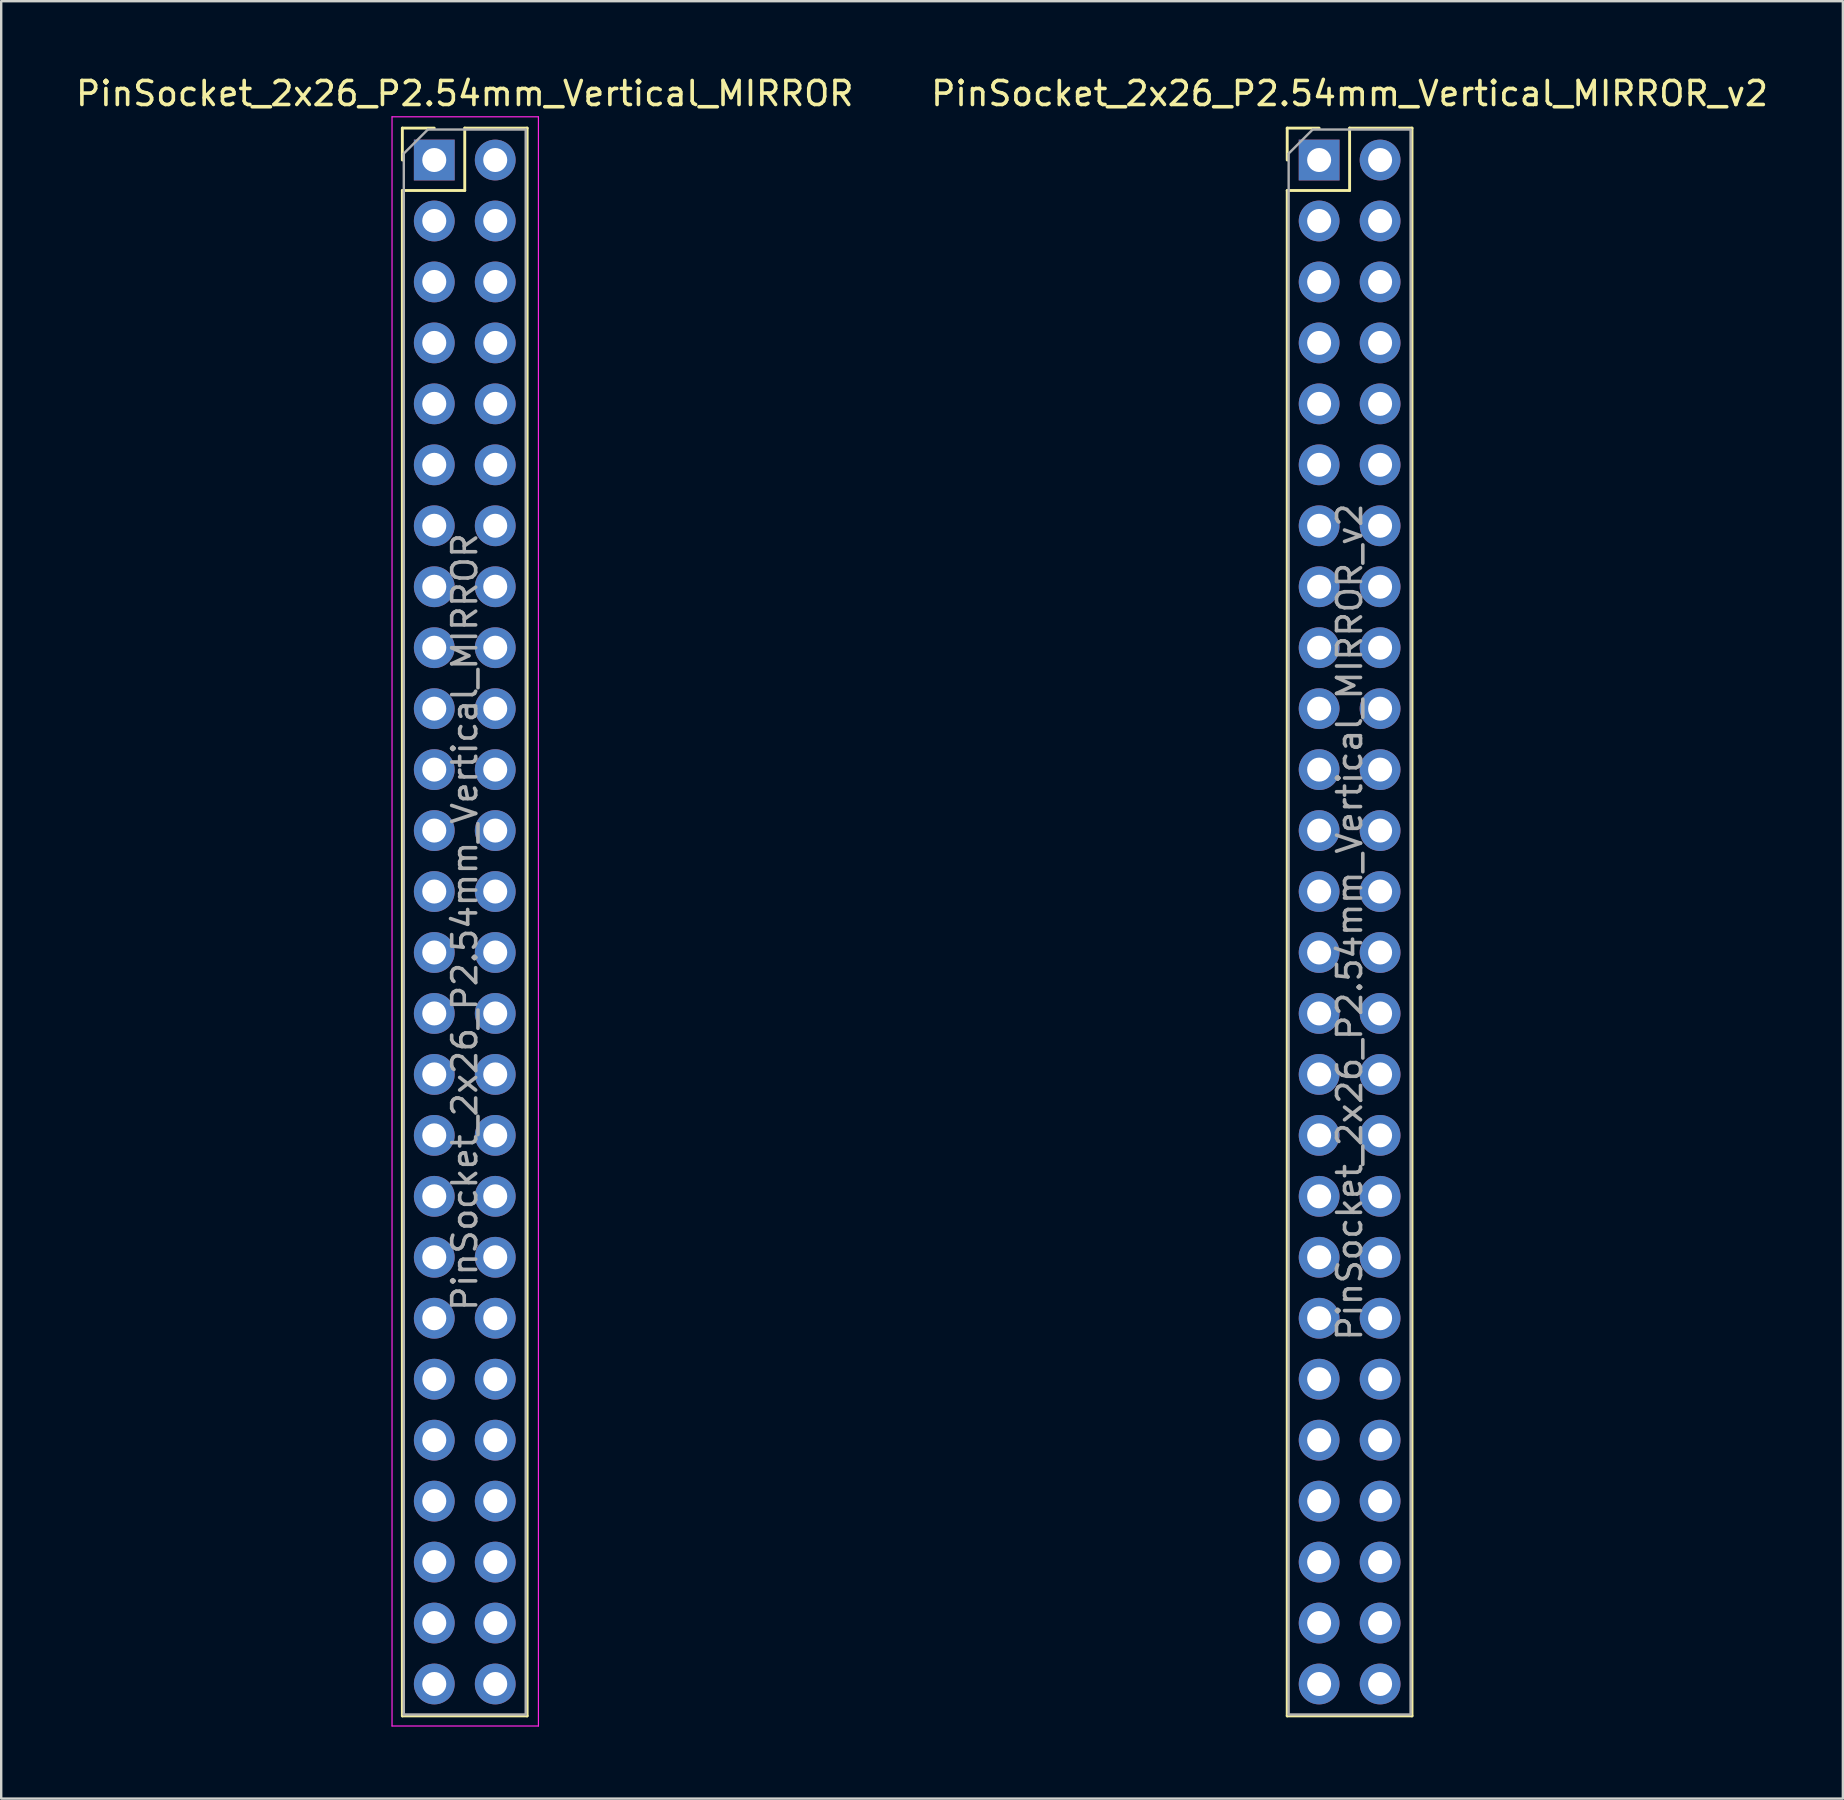
<source format=kicad_pcb>
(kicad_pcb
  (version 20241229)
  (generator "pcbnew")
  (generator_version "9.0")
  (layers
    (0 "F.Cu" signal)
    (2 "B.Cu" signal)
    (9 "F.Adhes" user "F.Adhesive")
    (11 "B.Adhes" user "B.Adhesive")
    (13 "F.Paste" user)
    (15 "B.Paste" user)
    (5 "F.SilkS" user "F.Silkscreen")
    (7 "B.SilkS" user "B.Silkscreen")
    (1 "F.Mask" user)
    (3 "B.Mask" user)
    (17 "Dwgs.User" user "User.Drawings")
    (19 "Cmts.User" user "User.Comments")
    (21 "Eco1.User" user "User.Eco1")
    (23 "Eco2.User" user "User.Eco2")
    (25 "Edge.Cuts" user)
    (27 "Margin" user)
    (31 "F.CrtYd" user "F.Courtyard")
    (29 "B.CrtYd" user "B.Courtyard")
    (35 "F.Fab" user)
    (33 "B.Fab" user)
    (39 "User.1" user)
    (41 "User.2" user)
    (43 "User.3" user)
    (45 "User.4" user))
  (footprint "PinSocket_2x26_P2.54mm_Vertical_MIRROR_v2"
    (layer "F.Cu")
    (at 55.295 3.618)
    (property "Reference" "PinSocket_2x26_P2.54mm_Vertical_MIRROR_v2" (at -2.11 -2.77 0) (layer "F.SilkS") (effects (font (size 1 1) (thickness 0.15))))
    (attr through_hole)
    (fp_line (start -4.71 -1.33) (end -4.71 0) (stroke (width 0.12) (type solid)) (layer "F.SilkS"))
    (fp_line (start -4.71 1.27) (end -4.71 64.83) (stroke (width 0.12) (type solid)) (layer "F.SilkS"))
    (fp_line (start -3.38 -1.33) (end -4.71 -1.33) (stroke (width 0.12) (type solid)) (layer "F.SilkS"))
    (fp_line (start -2.11 -1.33) (end -2.11 1.27) (stroke (width 0.12) (type solid)) (layer "F.SilkS"))
    (fp_line (start -2.11 1.27) (end -4.71 1.27) (stroke (width 0.12) (type solid)) (layer "F.SilkS"))
    (fp_line (start 0.49 -1.33) (end -2.11 -1.33) (stroke (width 0.12) (type solid)) (layer "F.SilkS"))
    (fp_line (start 0.49 -1.33) (end 0.49 64.83) (stroke (width 0.12) (type solid)) (layer "F.SilkS"))
    (fp_line (start 0.49 64.83) (end -4.71 64.83) (stroke (width 0.12) (type solid)) (layer "F.SilkS"))
    (fp_line (start -4.65 -0.27) (end -4.65 64.77) (stroke (width 0.1) (type solid)) (layer "F.Fab"))
    (fp_line (start -4.65 64.77) (end 0.43 64.77) (stroke (width 0.1) (type solid)) (layer "F.Fab"))
    (fp_line (start -3.65 -1.27) (end -4.65 -0.27) (stroke (width 0.1) (type solid)) (layer "F.Fab"))
    (fp_line (start 0.43 -1.27) (end -3.65 -1.27) (stroke (width 0.1) (type solid)) (layer "F.Fab"))
    (fp_line (start 0.43 64.77) (end 0.43 -1.27) (stroke (width 0.1) (type solid)) (layer "F.Fab"))
    (fp_text user "${REFERENCE}" (at -2.11 31.75 90) (layer "F.Fab") (effects (font (size 1 1) (thickness 0.15))))
    (pad "1" thru_hole rect (at -3.38 0) (size 1.7 1.7) (drill 1) (layers "*.Cu" "*.Mask"))
    (pad "2" thru_hole oval (at -0.84 0) (size 1.7 1.7) (drill 1) (layers "*.Cu" "*.Mask"))
    (pad "3" thru_hole oval (at -3.38 2.54) (size 1.7 1.7) (drill 1) (layers "*.Cu" "*.Mask"))
    (pad "4" thru_hole oval (at -0.84 2.54) (size 1.7 1.7) (drill 1) (layers "*.Cu" "*.Mask"))
    (pad "5" thru_hole oval (at -3.38 5.08) (size 1.7 1.7) (drill 1) (layers "*.Cu" "*.Mask"))
    (pad "6" thru_hole oval (at -0.84 5.08) (size 1.7 1.7) (drill 1) (layers "*.Cu" "*.Mask"))
    (pad "7" thru_hole oval (at -3.38 7.62) (size 1.7 1.7) (drill 1) (layers "*.Cu" "*.Mask"))
    (pad "8" thru_hole oval (at -0.84 7.62) (size 1.7 1.7) (drill 1) (layers "*.Cu" "*.Mask"))
    (pad "9" thru_hole oval (at -3.38 10.16) (size 1.7 1.7) (drill 1) (layers "*.Cu" "*.Mask"))
    (pad "10" thru_hole oval (at -0.84 10.16) (size 1.7 1.7) (drill 1) (layers "*.Cu" "*.Mask"))
    (pad "11" thru_hole oval (at -3.38 12.7) (size 1.7 1.7) (drill 1) (layers "*.Cu" "*.Mask"))
    (pad "12" thru_hole oval (at -0.84 12.7) (size 1.7 1.7) (drill 1) (layers "*.Cu" "*.Mask"))
    (pad "13" thru_hole oval (at -3.38 15.24) (size 1.7 1.7) (drill 1) (layers "*.Cu" "*.Mask"))
    (pad "14" thru_hole oval (at -0.84 15.24) (size 1.7 1.7) (drill 1) (layers "*.Cu" "*.Mask"))
    (pad "15" thru_hole oval (at -3.38 17.78) (size 1.7 1.7) (drill 1) (layers "*.Cu" "*.Mask"))
    (pad "16" thru_hole oval (at -0.84 17.78) (size 1.7 1.7) (drill 1) (layers "*.Cu" "*.Mask"))
    (pad "17" thru_hole oval (at -3.38 20.32) (size 1.7 1.7) (drill 1) (layers "*.Cu" "*.Mask"))
    (pad "18" thru_hole oval (at -0.84 20.32) (size 1.7 1.7) (drill 1) (layers "*.Cu" "*.Mask"))
    (pad "19" thru_hole oval (at -3.38 22.86) (size 1.7 1.7) (drill 1) (layers "*.Cu" "*.Mask"))
    (pad "20" thru_hole oval (at -0.84 22.86) (size 1.7 1.7) (drill 1) (layers "*.Cu" "*.Mask"))
    (pad "21" thru_hole oval (at -3.38 25.4) (size 1.7 1.7) (drill 1) (layers "*.Cu" "*.Mask"))
    (pad "22" thru_hole oval (at -0.84 25.4) (size 1.7 1.7) (drill 1) (layers "*.Cu" "*.Mask"))
    (pad "23" thru_hole oval (at -3.38 27.94) (size 1.7 1.7) (drill 1) (layers "*.Cu" "*.Mask"))
    (pad "24" thru_hole oval (at -0.84 27.94) (size 1.7 1.7) (drill 1) (layers "*.Cu" "*.Mask"))
    (pad "25" thru_hole oval (at -3.38 30.48) (size 1.7 1.7) (drill 1) (layers "*.Cu" "*.Mask"))
    (pad "26" thru_hole oval (at -0.84 30.48) (size 1.7 1.7) (drill 1) (layers "*.Cu" "*.Mask"))
    (pad "27" thru_hole oval (at -3.38 33.02) (size 1.7 1.7) (drill 1) (layers "*.Cu" "*.Mask"))
    (pad "28" thru_hole oval (at -0.84 33.02) (size 1.7 1.7) (drill 1) (layers "*.Cu" "*.Mask"))
    (pad "29" thru_hole oval (at -3.38 35.56) (size 1.7 1.7) (drill 1) (layers "*.Cu" "*.Mask"))
    (pad "30" thru_hole oval (at -0.84 35.56) (size 1.7 1.7) (drill 1) (layers "*.Cu" "*.Mask"))
    (pad "31" thru_hole oval (at -3.38 38.1) (size 1.7 1.7) (drill 1) (layers "*.Cu" "*.Mask"))
    (pad "32" thru_hole oval (at -0.84 38.1) (size 1.7 1.7) (drill 1) (layers "*.Cu" "*.Mask"))
    (pad "33" thru_hole oval (at -3.38 40.64) (size 1.7 1.7) (drill 1) (layers "*.Cu" "*.Mask"))
    (pad "34" thru_hole oval (at -0.84 40.64) (size 1.7 1.7) (drill 1) (layers "*.Cu" "*.Mask"))
    (pad "35" thru_hole oval (at -3.38 43.18) (size 1.7 1.7) (drill 1) (layers "*.Cu" "*.Mask"))
    (pad "36" thru_hole oval (at -0.84 43.18) (size 1.7 1.7) (drill 1) (layers "*.Cu" "*.Mask"))
    (pad "37" thru_hole oval (at -3.38 45.72) (size 1.7 1.7) (drill 1) (layers "*.Cu" "*.Mask"))
    (pad "38" thru_hole oval (at -0.84 45.72) (size 1.7 1.7) (drill 1) (layers "*.Cu" "*.Mask"))
    (pad "39" thru_hole oval (at -3.38 48.26) (size 1.7 1.7) (drill 1) (layers "*.Cu" "*.Mask"))
    (pad "40" thru_hole oval (at -0.84 48.26) (size 1.7 1.7) (drill 1) (layers "*.Cu" "*.Mask"))
    (pad "41" thru_hole oval (at -3.38 50.8) (size 1.7 1.7) (drill 1) (layers "*.Cu" "*.Mask"))
    (pad "42" thru_hole oval (at -0.84 50.8) (size 1.7 1.7) (drill 1) (layers "*.Cu" "*.Mask"))
    (pad "43" thru_hole oval (at -3.38 53.34) (size 1.7 1.7) (drill 1) (layers "*.Cu" "*.Mask"))
    (pad "44" thru_hole oval (at -0.84 53.34) (size 1.7 1.7) (drill 1) (layers "*.Cu" "*.Mask"))
    (pad "45" thru_hole oval (at -3.38 55.88) (size 1.7 1.7) (drill 1) (layers "*.Cu" "*.Mask"))
    (pad "46" thru_hole oval (at -0.84 55.88) (size 1.7 1.7) (drill 1) (layers "*.Cu" "*.Mask"))
    (pad "47" thru_hole oval (at -3.38 58.42) (size 1.7 1.7) (drill 1) (layers "*.Cu" "*.Mask"))
    (pad "48" thru_hole oval (at -0.84 58.42) (size 1.7 1.7) (drill 1) (layers "*.Cu" "*.Mask"))
    (pad "49" thru_hole oval (at -3.38 60.96) (size 1.7 1.7) (drill 1) (layers "*.Cu" "*.Mask"))
    (pad "50" thru_hole oval (at -0.84 60.96) (size 1.7 1.7) (drill 1) (layers "*.Cu" "*.Mask"))
    (pad "51" thru_hole oval (at -3.38 63.5) (size 1.7 1.7) (drill 1) (layers "*.Cu" "*.Mask"))
    (pad "52" thru_hole oval (at -0.84 63.5) (size 1.7 1.7) (drill 1) (layers "*.Cu" "*.Mask")))
  (footprint "PinSocket_2x26_P2.54mm_Vertical_MIRROR"
    (layer "F.Cu")
    (at 18.425 3.618)
    (property "Reference" "PinSocket_2x26_P2.54mm_Vertical_MIRROR" (at -2.11 -2.77 0) (layer "F.SilkS") (effects (font (size 1 1) (thickness 0.15))))
    (attr through_hole)
    (fp_line (start -4.71 -1.33) (end -4.71 0) (stroke (width 0.12) (type solid)) (layer "F.SilkS"))
    (fp_line (start -4.71 1.27) (end -4.71 64.83) (stroke (width 0.12) (type solid)) (layer "F.SilkS"))
    (fp_line (start -3.38 -1.33) (end -4.71 -1.33) (stroke (width 0.12) (type solid)) (layer "F.SilkS"))
    (fp_line (start -2.11 -1.33) (end -2.11 1.27) (stroke (width 0.12) (type solid)) (layer "F.SilkS"))
    (fp_line (start -2.11 1.27) (end -4.71 1.27) (stroke (width 0.12) (type solid)) (layer "F.SilkS"))
    (fp_line (start 0.49 -1.33) (end -2.11 -1.33) (stroke (width 0.12) (type solid)) (layer "F.SilkS"))
    (fp_line (start 0.49 -1.33) (end 0.49 64.83) (stroke (width 0.12) (type solid)) (layer "F.SilkS"))
    (fp_line (start 0.49 64.83) (end -4.71 64.83) (stroke (width 0.12) (type solid)) (layer "F.SilkS"))
    (fp_line (start -5.14 -1.8) (end -5.14 65.25) (stroke (width 0.05) (type solid)) (layer "F.CrtYd"))
    (fp_line (start -5.14 65.25) (end 0.96 65.25) (stroke (width 0.05) (type solid)) (layer "F.CrtYd"))
    (fp_line (start 0.96 -1.8) (end -5.14 -1.8) (stroke (width 0.05) (type solid)) (layer "F.CrtYd"))
    (fp_line (start 0.96 65.25) (end 0.96 -1.8) (stroke (width 0.05) (type solid)) (layer "F.CrtYd"))
    (fp_line (start -4.65 -0.27) (end -4.65 64.77) (stroke (width 0.1) (type solid)) (layer "F.Fab"))
    (fp_line (start -4.65 64.77) (end 0.43 64.77) (stroke (width 0.1) (type solid)) (layer "F.Fab"))
    (fp_line (start -3.65 -1.27) (end -4.65 -0.27) (stroke (width 0.1) (type solid)) (layer "F.Fab"))
    (fp_line (start 0.43 -1.27) (end -3.65 -1.27) (stroke (width 0.1) (type solid)) (layer "F.Fab"))
    (fp_line (start 0.43 64.77) (end 0.43 -1.27) (stroke (width 0.1) (type solid)) (layer "F.Fab"))
    (fp_text user "${REFERENCE}" (at -2.11 31.75 90) (layer "F.Fab") (effects (font (size 1 1) (thickness 0.15))))
    (pad "1" thru_hole rect (at -3.38 0) (size 1.7 1.7) (drill 1) (layers "*.Cu" "*.Mask"))
    (pad "2" thru_hole oval (at -0.84 0) (size 1.7 1.7) (drill 1) (layers "*.Cu" "*.Mask"))
    (pad "3" thru_hole oval (at -3.38 2.54) (size 1.7 1.7) (drill 1) (layers "*.Cu" "*.Mask"))
    (pad "4" thru_hole oval (at -0.84 2.54) (size 1.7 1.7) (drill 1) (layers "*.Cu" "*.Mask"))
    (pad "5" thru_hole oval (at -3.38 5.08) (size 1.7 1.7) (drill 1) (layers "*.Cu" "*.Mask"))
    (pad "6" thru_hole oval (at -0.84 5.08) (size 1.7 1.7) (drill 1) (layers "*.Cu" "*.Mask"))
    (pad "7" thru_hole oval (at -3.38 7.62) (size 1.7 1.7) (drill 1) (layers "*.Cu" "*.Mask"))
    (pad "8" thru_hole oval (at -0.84 7.62) (size 1.7 1.7) (drill 1) (layers "*.Cu" "*.Mask"))
    (pad "9" thru_hole oval (at -3.38 10.16) (size 1.7 1.7) (drill 1) (layers "*.Cu" "*.Mask"))
    (pad "10" thru_hole oval (at -0.84 10.16) (size 1.7 1.7) (drill 1) (layers "*.Cu" "*.Mask"))
    (pad "11" thru_hole oval (at -3.38 12.7) (size 1.7 1.7) (drill 1) (layers "*.Cu" "*.Mask"))
    (pad "12" thru_hole oval (at -0.84 12.7) (size 1.7 1.7) (drill 1) (layers "*.Cu" "*.Mask"))
    (pad "13" thru_hole oval (at -3.38 15.24) (size 1.7 1.7) (drill 1) (layers "*.Cu" "*.Mask"))
    (pad "14" thru_hole oval (at -0.84 15.24) (size 1.7 1.7) (drill 1) (layers "*.Cu" "*.Mask"))
    (pad "15" thru_hole oval (at -3.38 17.78) (size 1.7 1.7) (drill 1) (layers "*.Cu" "*.Mask"))
    (pad "16" thru_hole oval (at -0.84 17.78) (size 1.7 1.7) (drill 1) (layers "*.Cu" "*.Mask"))
    (pad "17" thru_hole oval (at -3.38 20.32) (size 1.7 1.7) (drill 1) (layers "*.Cu" "*.Mask"))
    (pad "18" thru_hole oval (at -0.84 20.32) (size 1.7 1.7) (drill 1) (layers "*.Cu" "*.Mask"))
    (pad "19" thru_hole oval (at -3.38 22.86) (size 1.7 1.7) (drill 1) (layers "*.Cu" "*.Mask"))
    (pad "20" thru_hole oval (at -0.84 22.86) (size 1.7 1.7) (drill 1) (layers "*.Cu" "*.Mask"))
    (pad "21" thru_hole oval (at -3.38 25.4) (size 1.7 1.7) (drill 1) (layers "*.Cu" "*.Mask"))
    (pad "22" thru_hole oval (at -0.84 25.4) (size 1.7 1.7) (drill 1) (layers "*.Cu" "*.Mask"))
    (pad "23" thru_hole oval (at -3.38 27.94) (size 1.7 1.7) (drill 1) (layers "*.Cu" "*.Mask"))
    (pad "24" thru_hole oval (at -0.84 27.94) (size 1.7 1.7) (drill 1) (layers "*.Cu" "*.Mask"))
    (pad "25" thru_hole oval (at -3.38 30.48) (size 1.7 1.7) (drill 1) (layers "*.Cu" "*.Mask"))
    (pad "26" thru_hole oval (at -0.84 30.48) (size 1.7 1.7) (drill 1) (layers "*.Cu" "*.Mask"))
    (pad "27" thru_hole oval (at -3.38 33.02) (size 1.7 1.7) (drill 1) (layers "*.Cu" "*.Mask"))
    (pad "28" thru_hole oval (at -0.84 33.02) (size 1.7 1.7) (drill 1) (layers "*.Cu" "*.Mask"))
    (pad "29" thru_hole oval (at -3.38 35.56) (size 1.7 1.7) (drill 1) (layers "*.Cu" "*.Mask"))
    (pad "30" thru_hole oval (at -0.84 35.56) (size 1.7 1.7) (drill 1) (layers "*.Cu" "*.Mask"))
    (pad "31" thru_hole oval (at -3.38 38.1) (size 1.7 1.7) (drill 1) (layers "*.Cu" "*.Mask"))
    (pad "32" thru_hole oval (at -0.84 38.1) (size 1.7 1.7) (drill 1) (layers "*.Cu" "*.Mask"))
    (pad "33" thru_hole oval (at -3.38 40.64) (size 1.7 1.7) (drill 1) (layers "*.Cu" "*.Mask"))
    (pad "34" thru_hole oval (at -0.84 40.64) (size 1.7 1.7) (drill 1) (layers "*.Cu" "*.Mask"))
    (pad "35" thru_hole oval (at -3.38 43.18) (size 1.7 1.7) (drill 1) (layers "*.Cu" "*.Mask"))
    (pad "36" thru_hole oval (at -0.84 43.18) (size 1.7 1.7) (drill 1) (layers "*.Cu" "*.Mask"))
    (pad "37" thru_hole oval (at -3.38 45.72) (size 1.7 1.7) (drill 1) (layers "*.Cu" "*.Mask"))
    (pad "38" thru_hole oval (at -0.84 45.72) (size 1.7 1.7) (drill 1) (layers "*.Cu" "*.Mask"))
    (pad "39" thru_hole oval (at -3.38 48.26) (size 1.7 1.7) (drill 1) (layers "*.Cu" "*.Mask"))
    (pad "40" thru_hole oval (at -0.84 48.26) (size 1.7 1.7) (drill 1) (layers "*.Cu" "*.Mask"))
    (pad "41" thru_hole oval (at -3.38 50.8) (size 1.7 1.7) (drill 1) (layers "*.Cu" "*.Mask"))
    (pad "42" thru_hole oval (at -0.84 50.8) (size 1.7 1.7) (drill 1) (layers "*.Cu" "*.Mask"))
    (pad "43" thru_hole oval (at -3.38 53.34) (size 1.7 1.7) (drill 1) (layers "*.Cu" "*.Mask"))
    (pad "44" thru_hole oval (at -0.84 53.34) (size 1.7 1.7) (drill 1) (layers "*.Cu" "*.Mask"))
    (pad "45" thru_hole oval (at -3.38 55.88) (size 1.7 1.7) (drill 1) (layers "*.Cu" "*.Mask"))
    (pad "46" thru_hole oval (at -0.84 55.88) (size 1.7 1.7) (drill 1) (layers "*.Cu" "*.Mask"))
    (pad "47" thru_hole oval (at -3.38 58.42) (size 1.7 1.7) (drill 1) (layers "*.Cu" "*.Mask"))
    (pad "48" thru_hole oval (at -0.84 58.42) (size 1.7 1.7) (drill 1) (layers "*.Cu" "*.Mask"))
    (pad "49" thru_hole oval (at -3.38 60.96) (size 1.7 1.7) (drill 1) (layers "*.Cu" "*.Mask"))
    (pad "50" thru_hole oval (at -0.84 60.96) (size 1.7 1.7) (drill 1) (layers "*.Cu" "*.Mask"))
    (pad "51" thru_hole oval (at -3.38 63.5) (size 1.7 1.7) (drill 1) (layers "*.Cu" "*.Mask"))
    (pad "52" thru_hole oval (at -0.84 63.5) (size 1.7 1.7) (drill 1) (layers "*.Cu" "*.Mask")))
  (gr_rect
    (start -3 -3)
    (end 73.738 71.893)
    (stroke (width 0.1) (type default))
    (fill no)
    (layer "Edge.Cuts")))
</source>
